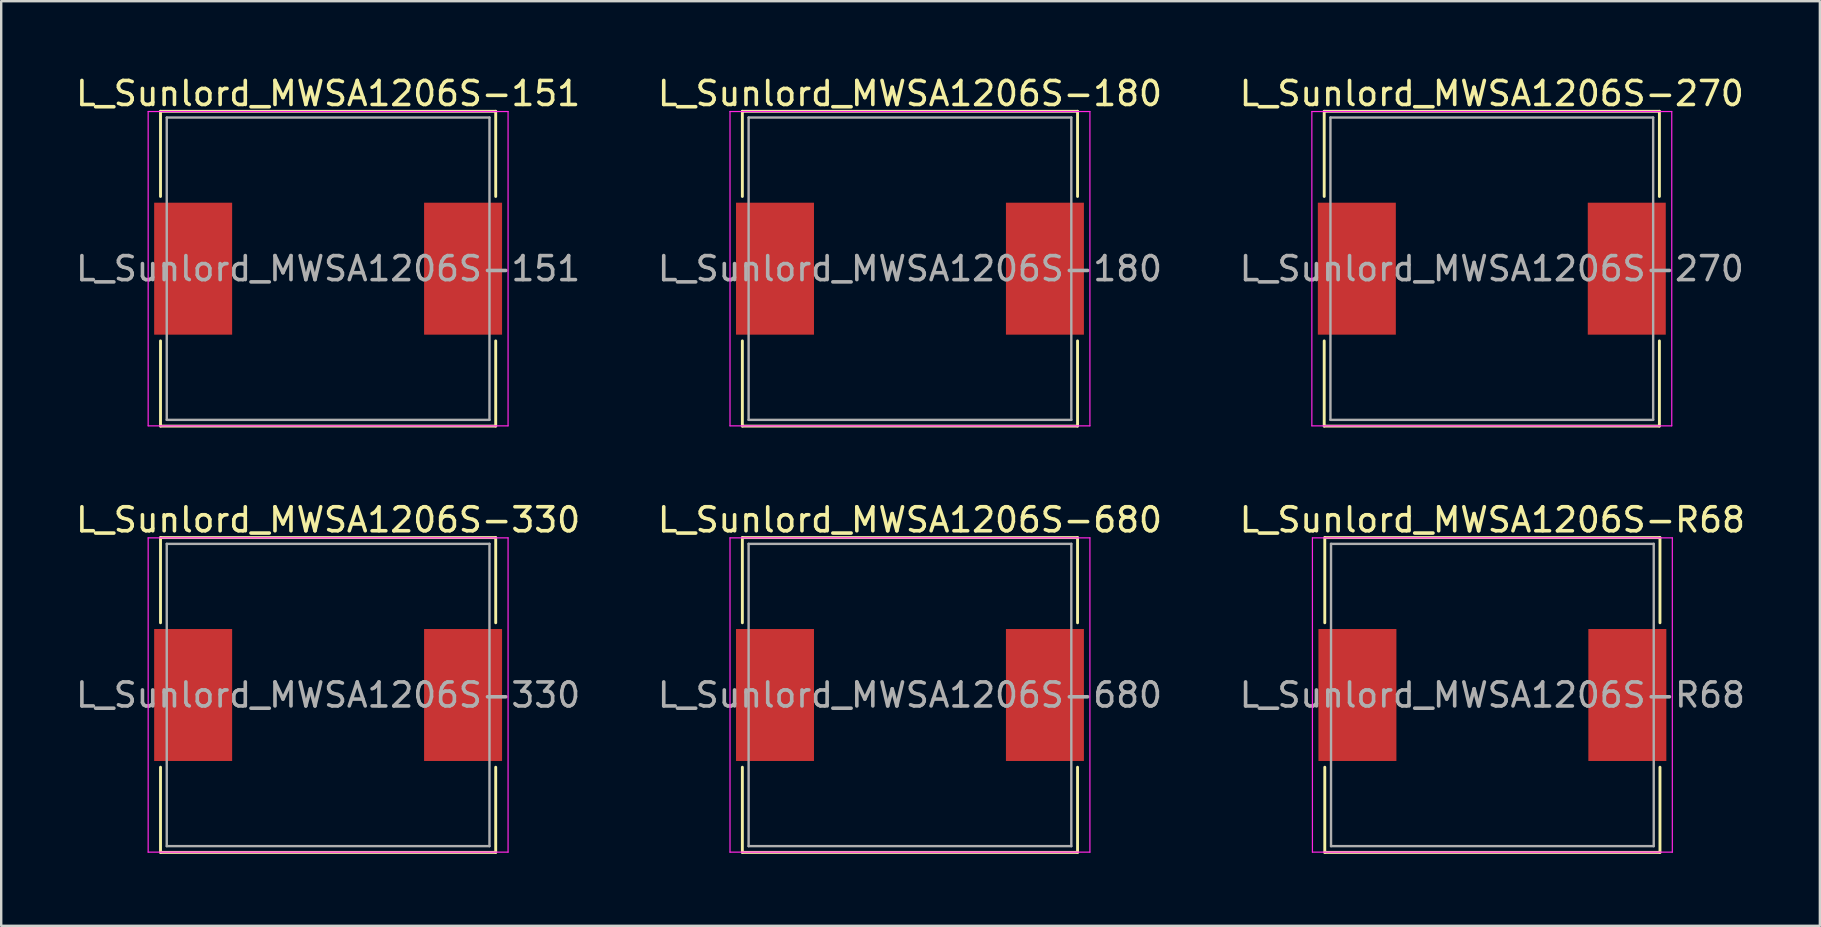
<source format=kicad_pcb>
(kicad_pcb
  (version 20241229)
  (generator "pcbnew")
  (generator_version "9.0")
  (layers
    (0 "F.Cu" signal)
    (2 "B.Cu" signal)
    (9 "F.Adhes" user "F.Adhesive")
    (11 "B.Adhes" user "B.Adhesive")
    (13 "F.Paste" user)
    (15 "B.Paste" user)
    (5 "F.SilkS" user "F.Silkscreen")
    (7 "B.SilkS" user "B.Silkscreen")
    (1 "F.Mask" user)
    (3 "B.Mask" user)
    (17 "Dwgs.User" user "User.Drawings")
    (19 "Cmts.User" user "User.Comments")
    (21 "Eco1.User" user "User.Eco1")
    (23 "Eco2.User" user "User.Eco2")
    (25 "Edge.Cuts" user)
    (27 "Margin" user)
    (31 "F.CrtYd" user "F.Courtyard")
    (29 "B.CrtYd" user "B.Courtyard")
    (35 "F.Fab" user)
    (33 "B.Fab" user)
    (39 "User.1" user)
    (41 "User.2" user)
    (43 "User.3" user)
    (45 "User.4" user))
  (footprint "L_Sunlord_MWSA1206S-330"
    (layer "F.Cu")
    (at 10.625 25.916)
    (property "Reference" "L_Sunlord_MWSA1206S-330" (at 0 -7.3 0) (layer "F.SilkS") (effects (font (size 1 1) (thickness 0.15))))
    (attr smd)
    (fp_line (start -6.985 -6.56) (end -6.985 -3.01) (stroke (width 0.12) (type solid)) (layer "F.SilkS"))
    (fp_line (start -6.985 -6.56) (end 6.985 -6.56) (stroke (width 0.12) (type solid)) (layer "F.SilkS"))
    (fp_line (start -6.985 6.56) (end -6.985 3.01) (stroke (width 0.12) (type solid)) (layer "F.SilkS"))
    (fp_line (start -6.985 6.56) (end 6.985 6.56) (stroke (width 0.12) (type solid)) (layer "F.SilkS"))
    (fp_line (start 6.985 -6.56) (end 6.985 -3.01) (stroke (width 0.12) (type solid)) (layer "F.SilkS"))
    (fp_line (start 6.985 6.56) (end 6.985 3.01) (stroke (width 0.12) (type solid)) (layer "F.SilkS"))
    (fp_line (start -7.5 -6.55) (end -7.5 6.55) (stroke (width 0.05) (type solid)) (layer "F.CrtYd"))
    (fp_line (start -7.5 6.55) (end 7.5 6.55) (stroke (width 0.05) (type solid)) (layer "F.CrtYd"))
    (fp_line (start 7.5 -6.55) (end -7.5 -6.55) (stroke (width 0.05) (type solid)) (layer "F.CrtYd"))
    (fp_line (start 7.5 6.55) (end 7.5 -6.55) (stroke (width 0.05) (type solid)) (layer "F.CrtYd"))
    (fp_line (start -6.725 -6.3) (end -6.725 6.3) (stroke (width 0.1) (type solid)) (layer "F.Fab"))
    (fp_line (start -6.725 6.3) (end 6.725 6.3) (stroke (width 0.1) (type solid)) (layer "F.Fab"))
    (fp_line (start 6.725 -6.3) (end -6.725 -6.3) (stroke (width 0.1) (type solid)) (layer "F.Fab"))
    (fp_line (start 6.725 6.3) (end 6.725 -6.3) (stroke (width 0.1) (type solid)) (layer "F.Fab"))
    (fp_text user "${REFERENCE}" (at 0 0 0) (layer "F.Fab") (effects (font (size 1 1) (thickness 0.15))))
    (pad "1" smd rect (at -5.625 0) (size 3.25 5.5) (layers "F.Cu" "F.Mask" "F.Paste"))
    (pad "2" smd rect (at 5.625 0) (size 3.25 5.5) (layers "F.Cu" "F.Mask" "F.Paste")))
  (footprint "L_Sunlord_MWSA1206S-680"
    (layer "F.Cu")
    (at 34.875 25.916)
    (property "Reference" "L_Sunlord_MWSA1206S-680" (at 0 -7.3 0) (layer "F.SilkS") (effects (font (size 1 1) (thickness 0.15))))
    (attr smd)
    (fp_line (start -6.985 -6.56) (end -6.985 -3.01) (stroke (width 0.12) (type solid)) (layer "F.SilkS"))
    (fp_line (start -6.985 -6.56) (end 6.985 -6.56) (stroke (width 0.12) (type solid)) (layer "F.SilkS"))
    (fp_line (start -6.985 6.56) (end -6.985 3.01) (stroke (width 0.12) (type solid)) (layer "F.SilkS"))
    (fp_line (start -6.985 6.56) (end 6.985 6.56) (stroke (width 0.12) (type solid)) (layer "F.SilkS"))
    (fp_line (start 6.985 -6.56) (end 6.985 -3.01) (stroke (width 0.12) (type solid)) (layer "F.SilkS"))
    (fp_line (start 6.985 6.56) (end 6.985 3.01) (stroke (width 0.12) (type solid)) (layer "F.SilkS"))
    (fp_line (start -7.5 -6.55) (end -7.5 6.55) (stroke (width 0.05) (type solid)) (layer "F.CrtYd"))
    (fp_line (start -7.5 6.55) (end 7.5 6.55) (stroke (width 0.05) (type solid)) (layer "F.CrtYd"))
    (fp_line (start 7.5 -6.55) (end -7.5 -6.55) (stroke (width 0.05) (type solid)) (layer "F.CrtYd"))
    (fp_line (start 7.5 6.55) (end 7.5 -6.55) (stroke (width 0.05) (type solid)) (layer "F.CrtYd"))
    (fp_line (start -6.725 -6.3) (end -6.725 6.3) (stroke (width 0.1) (type solid)) (layer "F.Fab"))
    (fp_line (start -6.725 6.3) (end 6.725 6.3) (stroke (width 0.1) (type solid)) (layer "F.Fab"))
    (fp_line (start 6.725 -6.3) (end -6.725 -6.3) (stroke (width 0.1) (type solid)) (layer "F.Fab"))
    (fp_line (start 6.725 6.3) (end 6.725 -6.3) (stroke (width 0.1) (type solid)) (layer "F.Fab"))
    (fp_text user "${REFERENCE}" (at 0 0 0) (layer "F.Fab") (effects (font (size 1 1) (thickness 0.15))))
    (pad "1" smd rect (at -5.625 0) (size 3.25 5.5) (layers "F.Cu" "F.Mask" "F.Paste"))
    (pad "2" smd rect (at 5.625 0) (size 3.25 5.5) (layers "F.Cu" "F.Mask" "F.Paste")))
  (footprint "L_Sunlord_MWSA1206S-R68"
    (layer "F.Cu")
    (at 59.149 25.916)
    (property "Reference" "L_Sunlord_MWSA1206S-R68" (at 0 -7.3 0) (layer "F.SilkS") (effects (font (size 1 1) (thickness 0.15))))
    (attr smd)
    (fp_line (start -6.985 -6.56) (end -6.985 -3.01) (stroke (width 0.12) (type solid)) (layer "F.SilkS"))
    (fp_line (start -6.985 -6.56) (end 6.985 -6.56) (stroke (width 0.12) (type solid)) (layer "F.SilkS"))
    (fp_line (start -6.985 6.56) (end -6.985 3.01) (stroke (width 0.12) (type solid)) (layer "F.SilkS"))
    (fp_line (start -6.985 6.56) (end 6.985 6.56) (stroke (width 0.12) (type solid)) (layer "F.SilkS"))
    (fp_line (start 6.985 -6.56) (end 6.985 -3.01) (stroke (width 0.12) (type solid)) (layer "F.SilkS"))
    (fp_line (start 6.985 6.56) (end 6.985 3.01) (stroke (width 0.12) (type solid)) (layer "F.SilkS"))
    (fp_line (start -7.5 -6.55) (end -7.5 6.55) (stroke (width 0.05) (type solid)) (layer "F.CrtYd"))
    (fp_line (start -7.5 6.55) (end 7.5 6.55) (stroke (width 0.05) (type solid)) (layer "F.CrtYd"))
    (fp_line (start 7.5 -6.55) (end -7.5 -6.55) (stroke (width 0.05) (type solid)) (layer "F.CrtYd"))
    (fp_line (start 7.5 6.55) (end 7.5 -6.55) (stroke (width 0.05) (type solid)) (layer "F.CrtYd"))
    (fp_line (start -6.725 -6.3) (end -6.725 6.3) (stroke (width 0.1) (type solid)) (layer "F.Fab"))
    (fp_line (start -6.725 6.3) (end 6.725 6.3) (stroke (width 0.1) (type solid)) (layer "F.Fab"))
    (fp_line (start 6.725 -6.3) (end -6.725 -6.3) (stroke (width 0.1) (type solid)) (layer "F.Fab"))
    (fp_line (start 6.725 6.3) (end 6.725 -6.3) (stroke (width 0.1) (type solid)) (layer "F.Fab"))
    (fp_text user "${REFERENCE}" (at 0 0 0) (layer "F.Fab") (effects (font (size 1 1) (thickness 0.15))))
    (pad "1" smd rect (at -5.625 0) (size 3.25 5.5) (layers "F.Cu" "F.Mask" "F.Paste"))
    (pad "2" smd rect (at 5.625 0) (size 3.25 5.5) (layers "F.Cu" "F.Mask" "F.Paste")))
  (footprint "L_Sunlord_MWSA1206S-151"
    (layer "F.Cu")
    (at 10.625 8.148)
    (property "Reference" "L_Sunlord_MWSA1206S-151" (at 0 -7.3 0) (layer "F.SilkS") (effects (font (size 1 1) (thickness 0.15))))
    (attr smd)
    (fp_line (start -6.985 -6.56) (end -6.985 -3.01) (stroke (width 0.12) (type solid)) (layer "F.SilkS"))
    (fp_line (start -6.985 -6.56) (end 6.985 -6.56) (stroke (width 0.12) (type solid)) (layer "F.SilkS"))
    (fp_line (start -6.985 6.56) (end -6.985 3.01) (stroke (width 0.12) (type solid)) (layer "F.SilkS"))
    (fp_line (start -6.985 6.56) (end 6.985 6.56) (stroke (width 0.12) (type solid)) (layer "F.SilkS"))
    (fp_line (start 6.985 -6.56) (end 6.985 -3.01) (stroke (width 0.12) (type solid)) (layer "F.SilkS"))
    (fp_line (start 6.985 6.56) (end 6.985 3.01) (stroke (width 0.12) (type solid)) (layer "F.SilkS"))
    (fp_line (start -7.5 -6.55) (end -7.5 6.55) (stroke (width 0.05) (type solid)) (layer "F.CrtYd"))
    (fp_line (start -7.5 6.55) (end 7.5 6.55) (stroke (width 0.05) (type solid)) (layer "F.CrtYd"))
    (fp_line (start 7.5 -6.55) (end -7.5 -6.55) (stroke (width 0.05) (type solid)) (layer "F.CrtYd"))
    (fp_line (start 7.5 6.55) (end 7.5 -6.55) (stroke (width 0.05) (type solid)) (layer "F.CrtYd"))
    (fp_line (start -6.725 -6.3) (end -6.725 6.3) (stroke (width 0.1) (type solid)) (layer "F.Fab"))
    (fp_line (start -6.725 6.3) (end 6.725 6.3) (stroke (width 0.1) (type solid)) (layer "F.Fab"))
    (fp_line (start 6.725 -6.3) (end -6.725 -6.3) (stroke (width 0.1) (type solid)) (layer "F.Fab"))
    (fp_line (start 6.725 6.3) (end 6.725 -6.3) (stroke (width 0.1) (type solid)) (layer "F.Fab"))
    (fp_text user "${REFERENCE}" (at 0 0 0) (layer "F.Fab") (effects (font (size 1 1) (thickness 0.15))))
    (pad "1" smd rect (at -5.625 0) (size 3.25 5.5) (layers "F.Cu" "F.Mask" "F.Paste"))
    (pad "2" smd rect (at 5.625 0) (size 3.25 5.5) (layers "F.Cu" "F.Mask" "F.Paste")))
  (footprint "L_Sunlord_MWSA1206S-180"
    (layer "F.Cu")
    (at 34.875 8.148)
    (property "Reference" "L_Sunlord_MWSA1206S-180" (at 0 -7.3 0) (layer "F.SilkS") (effects (font (size 1 1) (thickness 0.15))))
    (attr smd)
    (fp_line (start -6.985 -6.56) (end -6.985 -3.01) (stroke (width 0.12) (type solid)) (layer "F.SilkS"))
    (fp_line (start -6.985 -6.56) (end 6.985 -6.56) (stroke (width 0.12) (type solid)) (layer "F.SilkS"))
    (fp_line (start -6.985 6.56) (end -6.985 3.01) (stroke (width 0.12) (type solid)) (layer "F.SilkS"))
    (fp_line (start -6.985 6.56) (end 6.985 6.56) (stroke (width 0.12) (type solid)) (layer "F.SilkS"))
    (fp_line (start 6.985 -6.56) (end 6.985 -3.01) (stroke (width 0.12) (type solid)) (layer "F.SilkS"))
    (fp_line (start 6.985 6.56) (end 6.985 3.01) (stroke (width 0.12) (type solid)) (layer "F.SilkS"))
    (fp_line (start -7.5 -6.55) (end -7.5 6.55) (stroke (width 0.05) (type solid)) (layer "F.CrtYd"))
    (fp_line (start -7.5 6.55) (end 7.5 6.55) (stroke (width 0.05) (type solid)) (layer "F.CrtYd"))
    (fp_line (start 7.5 -6.55) (end -7.5 -6.55) (stroke (width 0.05) (type solid)) (layer "F.CrtYd"))
    (fp_line (start 7.5 6.55) (end 7.5 -6.55) (stroke (width 0.05) (type solid)) (layer "F.CrtYd"))
    (fp_line (start -6.725 -6.3) (end -6.725 6.3) (stroke (width 0.1) (type solid)) (layer "F.Fab"))
    (fp_line (start -6.725 6.3) (end 6.725 6.3) (stroke (width 0.1) (type solid)) (layer "F.Fab"))
    (fp_line (start 6.725 -6.3) (end -6.725 -6.3) (stroke (width 0.1) (type solid)) (layer "F.Fab"))
    (fp_line (start 6.725 6.3) (end 6.725 -6.3) (stroke (width 0.1) (type solid)) (layer "F.Fab"))
    (fp_text user "${REFERENCE}" (at 0 0 0) (layer "F.Fab") (effects (font (size 1 1) (thickness 0.15))))
    (pad "1" smd rect (at -5.625 0) (size 3.25 5.5) (layers "F.Cu" "F.Mask" "F.Paste"))
    (pad "2" smd rect (at 5.625 0) (size 3.25 5.5) (layers "F.Cu" "F.Mask" "F.Paste")))
  (footprint "L_Sunlord_MWSA1206S-270"
    (layer "F.Cu")
    (at 59.125 8.148)
    (property "Reference" "L_Sunlord_MWSA1206S-270" (at 0 -7.3 0) (layer "F.SilkS") (effects (font (size 1 1) (thickness 0.15))))
    (attr smd)
    (fp_line (start -6.985 -6.56) (end -6.985 -3.01) (stroke (width 0.12) (type solid)) (layer "F.SilkS"))
    (fp_line (start -6.985 -6.56) (end 6.985 -6.56) (stroke (width 0.12) (type solid)) (layer "F.SilkS"))
    (fp_line (start -6.985 6.56) (end -6.985 3.01) (stroke (width 0.12) (type solid)) (layer "F.SilkS"))
    (fp_line (start -6.985 6.56) (end 6.985 6.56) (stroke (width 0.12) (type solid)) (layer "F.SilkS"))
    (fp_line (start 6.985 -6.56) (end 6.985 -3.01) (stroke (width 0.12) (type solid)) (layer "F.SilkS"))
    (fp_line (start 6.985 6.56) (end 6.985 3.01) (stroke (width 0.12) (type solid)) (layer "F.SilkS"))
    (fp_line (start -7.5 -6.55) (end -7.5 6.55) (stroke (width 0.05) (type solid)) (layer "F.CrtYd"))
    (fp_line (start -7.5 6.55) (end 7.5 6.55) (stroke (width 0.05) (type solid)) (layer "F.CrtYd"))
    (fp_line (start 7.5 -6.55) (end -7.5 -6.55) (stroke (width 0.05) (type solid)) (layer "F.CrtYd"))
    (fp_line (start 7.5 6.55) (end 7.5 -6.55) (stroke (width 0.05) (type solid)) (layer "F.CrtYd"))
    (fp_line (start -6.725 -6.3) (end -6.725 6.3) (stroke (width 0.1) (type solid)) (layer "F.Fab"))
    (fp_line (start -6.725 6.3) (end 6.725 6.3) (stroke (width 0.1) (type solid)) (layer "F.Fab"))
    (fp_line (start 6.725 -6.3) (end -6.725 -6.3) (stroke (width 0.1) (type solid)) (layer "F.Fab"))
    (fp_line (start 6.725 6.3) (end 6.725 -6.3) (stroke (width 0.1) (type solid)) (layer "F.Fab"))
    (fp_text user "${REFERENCE}" (at 0 0 0) (layer "F.Fab") (effects (font (size 1 1) (thickness 0.15))))
    (pad "1" smd rect (at -5.625 0) (size 3.25 5.5) (layers "F.Cu" "F.Mask" "F.Paste"))
    (pad "2" smd rect (at 5.625 0) (size 3.25 5.5) (layers "F.Cu" "F.Mask" "F.Paste")))
  (gr_rect
    (start -3 -3)
    (end 72.798 35.536)
    (stroke (width 0.1) (type default))
    (fill no)
    (layer "Edge.Cuts")))
</source>
